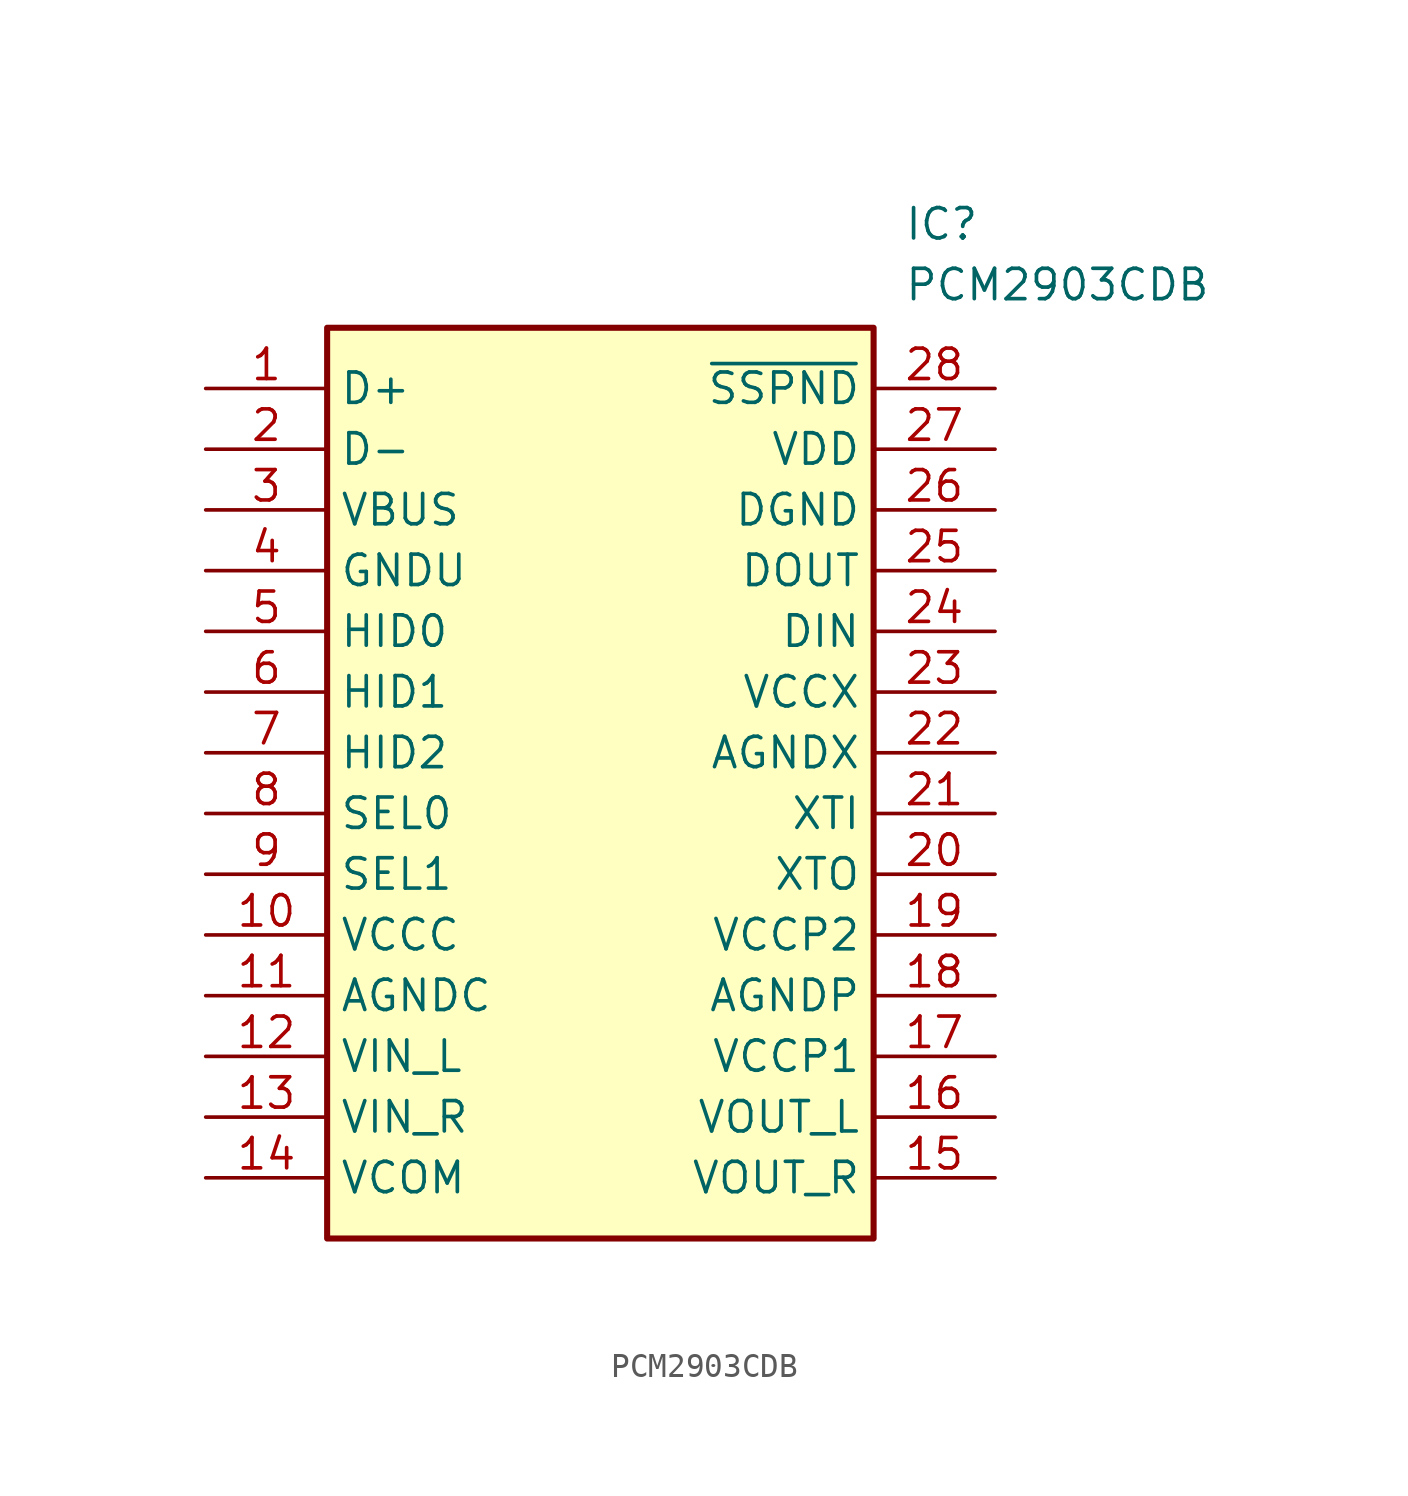
<source format=kicad_sym>
(kicad_symbol_lib
  (version 20211014)
  (generator SamacSys_ECAD_Model)
  (symbol "PCM2903CDB"
    (property "Reference" "IC"
      (at 29.21 7.62 0)
      (effects (font (size 1.27 1.27)) (justify left top)))
    (property "Value" "PCM2903CDB"
      (at 29.21 5.08 0)
      (effects (font (size 1.27 1.27)) (justify left top)))
    (rectangle
      (start 5.08 2.54)
      (end 27.94 -35.56)
      (stroke (width 0.254) (type default))
      (fill (type background)))
    (pin bidirectional line
      (at 0 0 0)
      (length 5.08)
      (name "D+" (effects (font (size 1.27 1.27))))
      (number "1" (effects (font (size 1.27 1.27)))))
    (pin bidirectional line
      (at 0 -2.54 0)
      (length 5.08)
      (name "D-" (effects (font (size 1.27 1.27))))
      (number "2" (effects (font (size 1.27 1.27)))))
    (pin power_in line
      (at 0 -5.08 0)
      (length 5.08)
      (name "VBUS" (effects (font (size 1.27 1.27))))
      (number "3" (effects (font (size 1.27 1.27)))))
    (pin power_in line
      (at 0 -7.62 0)
      (length 5.08)
      (name "GNDU" (effects (font (size 1.27 1.27))))
      (number "4" (effects (font (size 1.27 1.27)))))
    (pin input line
      (at 0 -10.16 0)
      (length 5.08)
      (name "HID0" (effects (font (size 1.27 1.27))))
      (number "5" (effects (font (size 1.27 1.27)))))
    (pin input line
      (at 0 -12.7 0)
      (length 5.08)
      (name "HID1" (effects (font (size 1.27 1.27))))
      (number "6" (effects (font (size 1.27 1.27)))))
    (pin input line
      (at 0 -15.24 0)
      (length 5.08)
      (name "HID2" (effects (font (size 1.27 1.27))))
      (number "7" (effects (font (size 1.27 1.27)))))
    (pin input line
      (at 0 -17.78 0)
      (length 5.08)
      (name "SEL0" (effects (font (size 1.27 1.27))))
      (number "8" (effects (font (size 1.27 1.27)))))
    (pin power_in line
      (at 0 -20.32 0)
      (length 5.08)
      (name "SEL1" (effects (font (size 1.27 1.27))))
      (number "9" (effects (font (size 1.27 1.27)))))
    (pin power_in line
      (at 0 -22.86 0)
      (length 5.08)
      (name "VCCC" (effects (font (size 1.27 1.27))))
      (number "10" (effects (font (size 1.27 1.27)))))
    (pin power_in line
      (at 0 -25.4 0)
      (length 5.08)
      (name "AGNDC" (effects (font (size 1.27 1.27))))
      (number "11" (effects (font (size 1.27 1.27)))))
    (pin input line
      (at 0 -27.94 0)
      (length 5.08)
      (name "VIN_L" (effects (font (size 1.27 1.27))))
      (number "12" (effects (font (size 1.27 1.27)))))
    (pin input line
      (at 0 -30.48 0)
      (length 5.08)
      (name "VIN_R" (effects (font (size 1.27 1.27))))
      (number "13" (effects (font (size 1.27 1.27)))))
    (pin power_in line
      (at 0 -33.02 0)
      (length 5.08)
      (name "VCOM" (effects (font (size 1.27 1.27))))
      (number "14" (effects (font (size 1.27 1.27)))))
    (pin input line
      (at 33.02 0 180)
      (length 5.08)
      (name "~{SSPND}" (effects (font (size 1.27 1.27))))
      (number "28" (effects (font (size 1.27 1.27)))))
    (pin power_in line
      (at 33.02 -2.54 180)
      (length 5.08)
      (name "VDD" (effects (font (size 1.27 1.27))))
      (number "27" (effects (font (size 1.27 1.27)))))
    (pin power_in line
      (at 33.02 -5.08 180)
      (length 5.08)
      (name "DGND" (effects (font (size 1.27 1.27))))
      (number "26" (effects (font (size 1.27 1.27)))))
    (pin output line
      (at 33.02 -7.62 180)
      (length 5.08)
      (name "DOUT" (effects (font (size 1.27 1.27))))
      (number "25" (effects (font (size 1.27 1.27)))))
    (pin input line
      (at 33.02 -10.16 180)
      (length 5.08)
      (name "DIN" (effects (font (size 1.27 1.27))))
      (number "24" (effects (font (size 1.27 1.27)))))
    (pin power_in line
      (at 33.02 -12.7 180)
      (length 5.08)
      (name "VCCX" (effects (font (size 1.27 1.27))))
      (number "23" (effects (font (size 1.27 1.27)))))
    (pin power_in line
      (at 33.02 -15.24 180)
      (length 5.08)
      (name "AGNDX" (effects (font (size 1.27 1.27))))
      (number "22" (effects (font (size 1.27 1.27)))))
    (pin input line
      (at 33.02 -17.78 180)
      (length 5.08)
      (name "XTI" (effects (font (size 1.27 1.27))))
      (number "21" (effects (font (size 1.27 1.27)))))
    (pin output line
      (at 33.02 -20.32 180)
      (length 5.08)
      (name "XTO" (effects (font (size 1.27 1.27))))
      (number "20" (effects (font (size 1.27 1.27)))))
    (pin passive line
      (at 33.02 -22.86 180)
      (length 5.08)
      (name "VCCP2" (effects (font (size 1.27 1.27))))
      (number "19" (effects (font (size 1.27 1.27)))))
    (pin power_in line
      (at 33.02 -25.4 180)
      (length 5.08)
      (name "AGNDP" (effects (font (size 1.27 1.27))))
      (number "18" (effects (font (size 1.27 1.27)))))
    (pin power_in line
      (at 33.02 -27.94 180)
      (length 5.08)
      (name "VCCP1" (effects (font (size 1.27 1.27))))
      (number "17" (effects (font (size 1.27 1.27)))))
    (pin output line
      (at 33.02 -30.48 180)
      (length 5.08)
      (name "VOUT_L" (effects (font (size 1.27 1.27))))
      (number "16" (effects (font (size 1.27 1.27)))))
    (pin output line
      (at 33.02 -33.02 180)
      (length 5.08)
      (name "VOUT_R" (effects (font (size 1.27 1.27))))
      (number "15" (effects (font (size 1.27 1.27)))))))
</source>
